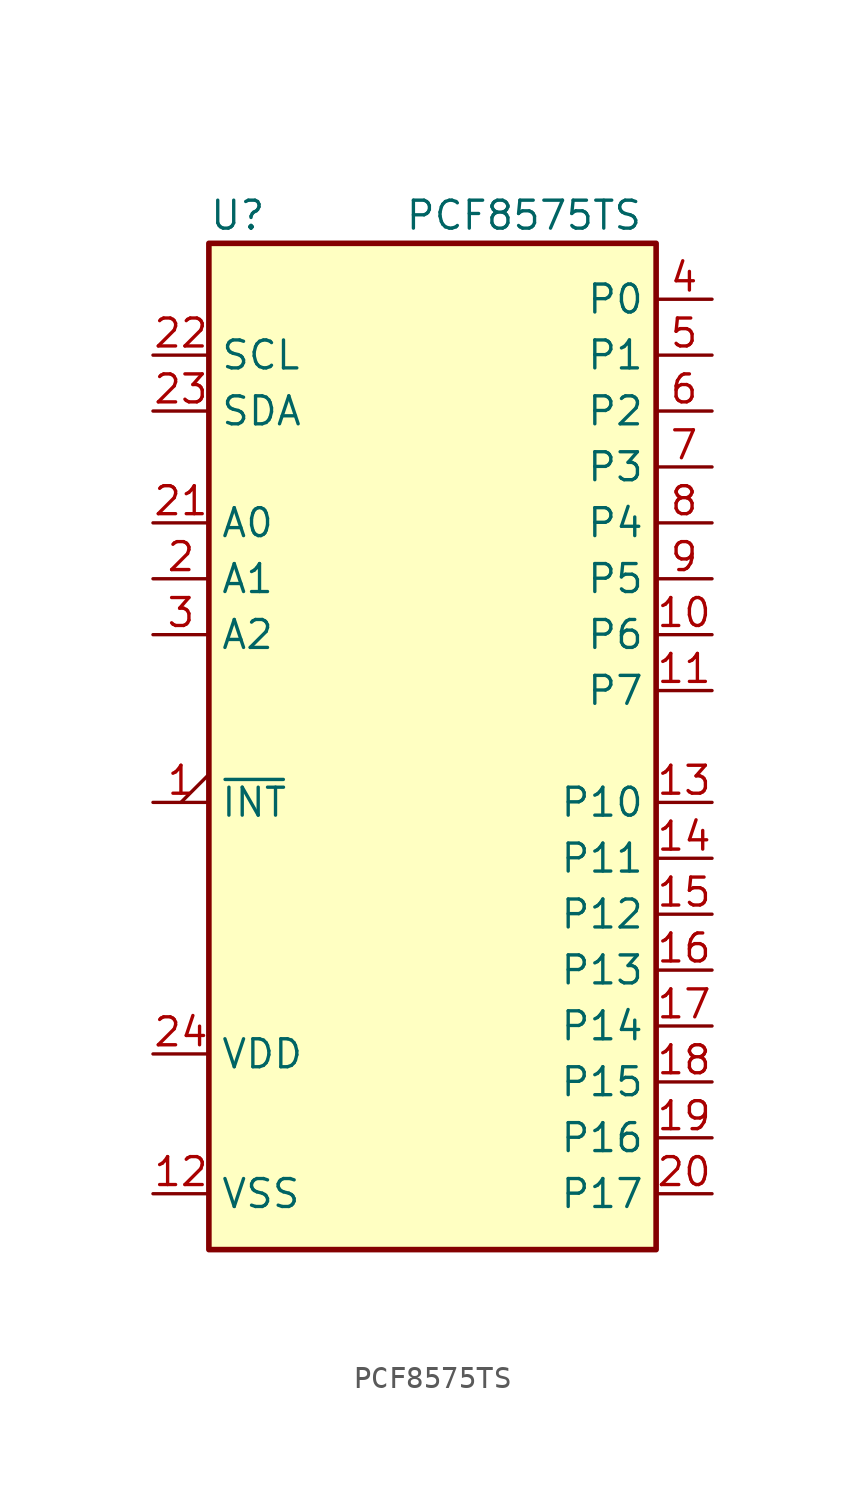
<source format=kicad_sym>
(kicad_symbol_lib
  (version 20210619)
  (generator kicad_symbol_editor)
  (symbol "Interface_Expansion:PCF8575TS"
    (property "Reference" "U"
      (at -10.16 16.51 0)
      (effects (font (size 1.27 1.27)) (justify left)))
    (property "Value" "PCF8575TS"
      (at -1.27 16.51 0)
      (effects (font (size 1.27 1.27)) (justify left)))
    (symbol "PCF8575TS_0_1"
      (rectangle (start -10.16 15.24) (end 10.16 -30.48) (stroke (width 0.254)) (fill (type background))))
    (symbol "PCF8575TS_1_1"
      (pin open_collector output_low (at -12.7 -10.16 0) (length 2.54) (name "~{INT}" (effects (font (size 1.27 1.27)))) (number "1" (effects (font (size 1.27 1.27)))))
      (pin bidirectional line (at 12.7 -2.54 180) (length 2.54) (name "P6" (effects (font (size 1.27 1.27)))) (number "10" (effects (font (size 1.27 1.27)))))
      (pin bidirectional line (at 12.7 -5.08 180) (length 2.54) (name "P7" (effects (font (size 1.27 1.27)))) (number "11" (effects (font (size 1.27 1.27)))))
      (pin power_in line (at -12.7 -27.94 0) (length 2.54) (name "VSS" (effects (font (size 1.27 1.27)))) (number "12" (effects (font (size 1.27 1.27)))))
      (pin bidirectional line (at 12.7 -10.16 180) (length 2.54) (name "P10" (effects (font (size 1.27 1.27)))) (number "13" (effects (font (size 1.27 1.27)))))
      (pin bidirectional line (at 12.7 -12.7 180) (length 2.54) (name "P11" (effects (font (size 1.27 1.27)))) (number "14" (effects (font (size 1.27 1.27)))))
      (pin bidirectional line (at 12.7 -15.24 180) (length 2.54) (name "P12" (effects (font (size 1.27 1.27)))) (number "15" (effects (font (size 1.27 1.27)))))
      (pin bidirectional line (at 12.7 -17.78 180) (length 2.54) (name "P13" (effects (font (size 1.27 1.27)))) (number "16" (effects (font (size 1.27 1.27)))))
      (pin bidirectional line (at 12.7 -20.32 180) (length 2.54) (name "P14" (effects (font (size 1.27 1.27)))) (number "17" (effects (font (size 1.27 1.27)))))
      (pin bidirectional line (at 12.7 -22.86 180) (length 2.54) (name "P15" (effects (font (size 1.27 1.27)))) (number "18" (effects (font (size 1.27 1.27)))))
      (pin bidirectional line (at 12.7 -25.4 180) (length 2.54) (name "P16" (effects (font (size 1.27 1.27)))) (number "19" (effects (font (size 1.27 1.27)))))
      (pin input line (at -12.7 0 0) (length 2.54) (name "A1" (effects (font (size 1.27 1.27)))) (number "2" (effects (font (size 1.27 1.27)))))
      (pin bidirectional line (at 12.7 -27.94 180) (length 2.54) (name "P17" (effects (font (size 1.27 1.27)))) (number "20" (effects (font (size 1.27 1.27)))))
      (pin input line (at -12.7 2.54 0) (length 2.54) (name "A0" (effects (font (size 1.27 1.27)))) (number "21" (effects (font (size 1.27 1.27)))))
      (pin input line (at -12.7 10.16 0) (length 2.54) (name "SCL" (effects (font (size 1.27 1.27)))) (number "22" (effects (font (size 1.27 1.27)))))
      (pin bidirectional line (at -12.7 7.62 0) (length 2.54) (name "SDA" (effects (font (size 1.27 1.27)))) (number "23" (effects (font (size 1.27 1.27)))))
      (pin power_in line (at -12.7 -21.59 0) (length 2.54) (name "VDD" (effects (font (size 1.27 1.27)))) (number "24" (effects (font (size 1.27 1.27)))))
      (pin input line (at -12.7 -2.54 0) (length 2.54) (name "A2" (effects (font (size 1.27 1.27)))) (number "3" (effects (font (size 1.27 1.27)))))
      (pin bidirectional line (at 12.7 12.7 180) (length 2.54) (name "P0" (effects (font (size 1.27 1.27)))) (number "4" (effects (font (size 1.27 1.27)))))
      (pin bidirectional line (at 12.7 10.16 180) (length 2.54) (name "P1" (effects (font (size 1.27 1.27)))) (number "5" (effects (font (size 1.27 1.27)))))
      (pin bidirectional line (at 12.7 7.62 180) (length 2.54) (name "P2" (effects (font (size 1.27 1.27)))) (number "6" (effects (font (size 1.27 1.27)))))
      (pin bidirectional line (at 12.7 5.08 180) (length 2.54) (name "P3" (effects (font (size 1.27 1.27)))) (number "7" (effects (font (size 1.27 1.27)))))
      (pin bidirectional line (at 12.7 2.54 180) (length 2.54) (name "P4" (effects (font (size 1.27 1.27)))) (number "8" (effects (font (size 1.27 1.27)))))
      (pin bidirectional line (at 12.7 0 180) (length 2.54) (name "P5" (effects (font (size 1.27 1.27)))) (number "9" (effects (font (size 1.27 1.27))))))))
</source>
